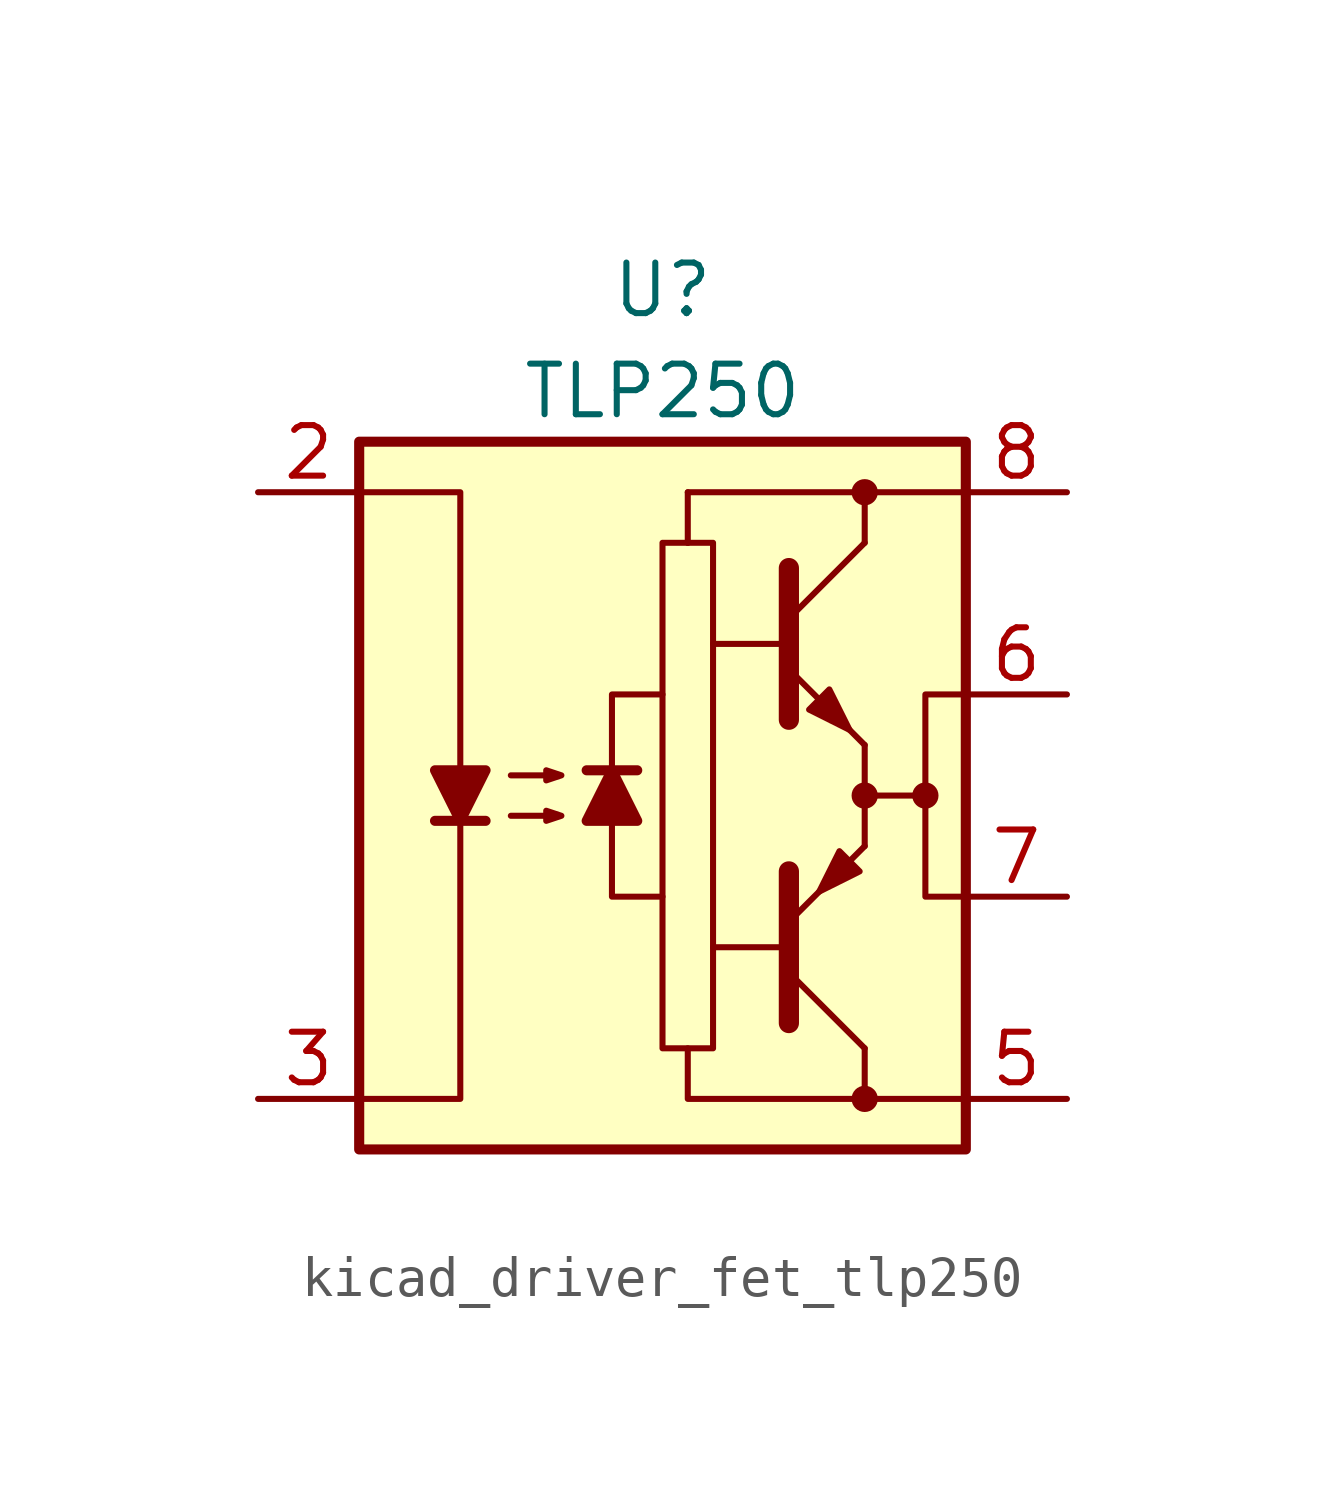
<source format=kicad_sym>
(kicad_symbol_lib
  (version 20220914)
  (generator kicad_symbol_editor)
  (symbol "kicad_driver_fet_tlp250"
    (pin_names hide)
    (property "Reference" "U"
      (at 0 12.7 0)
      (effects (font (size 1.27 1.27))))
    (property "Value" "TLP250"
      (at 0 10.16 0)
      (effects (font (size 1.27 1.27))))
    (symbol "kicad_driver_fet_tlp250_0_1"
      (rectangle (start -7.62 8.89) (end 7.62 -8.89) (stroke (width 0.254) (type default)) (fill (type background)))
      (polyline (pts (xy -5.715 -0.635) (xy -4.445 -0.635)) (stroke (width 0.254) (type default)) (fill (type none)))
      (polyline (pts (xy -0.635 0.635) (xy -1.905 0.635)) (stroke (width 0.254) (type default)) (fill (type none)))
      (polyline (pts (xy 3.048 -3.81) (xy 1.27 -3.81)) (stroke (width 0) (type default)) (fill (type none)))
      (polyline (pts (xy 3.048 3.81) (xy 1.27 3.81)) (stroke (width 0) (type default)) (fill (type none)))
      (polyline (pts (xy 3.175 -4.445) (xy 5.08 -6.35)) (stroke (width 0) (type default)) (fill (type none)))
      (polyline (pts (xy 3.175 4.445) (xy 5.08 6.35)) (stroke (width 0) (type default)) (fill (type none)))
      (polyline (pts (xy 5.08 -6.35) (xy 5.08 -7.62)) (stroke (width 0) (type default)) (fill (type none)))
      (polyline (pts (xy 5.08 -1.27) (xy 3.175 -3.175)) (stroke (width 0) (type default)) (fill (type outline)))
      (polyline (pts (xy 5.08 0) (xy 6.604 0)) (stroke (width 0) (type default)) (fill (type none)))
      (polyline (pts (xy 5.08 1.27) (xy 3.175 3.175)) (stroke (width 0) (type default)) (fill (type outline)))
      (polyline (pts (xy 5.08 6.35) (xy 5.08 7.62)) (stroke (width 0) (type default)) (fill (type none)))
      (polyline (pts (xy 7.62 7.62) (xy 0.635 7.62)) (stroke (width 0) (type default)) (fill (type none)))
      (polyline (pts (xy -1.27 -0.635) (xy -1.27 -2.54) (xy 0 -2.54)) (stroke (width 0) (type default)) (fill (type none)))
      (polyline (pts (xy -1.27 0.635) (xy -1.27 2.54) (xy 0 2.54)) (stroke (width 0) (type default)) (fill (type none)))
      (polyline (pts (xy 0.635 -6.35) (xy 0.635 -7.62) (xy 7.62 -7.62)) (stroke (width 0) (type default)) (fill (type none)))
      (polyline (pts (xy 3.175 -5.715) (xy 3.175 -1.905) (xy 3.175 -1.905)) (stroke (width 0.508) (type default)) (fill (type none)))
      (polyline (pts (xy 3.175 5.715) (xy 3.175 1.905) (xy 3.175 1.905)) (stroke (width 0.508) (type default)) (fill (type none)))
      (polyline (pts (xy -7.62 7.62) (xy -5.08 7.62) (xy -5.08 -7.62) (xy -7.62 -7.62)) (stroke (width 0) (type default)) (fill (type none)))
      (polyline (pts (xy -5.08 -0.635) (xy -5.715 0.635) (xy -4.445 0.635) (xy -5.08 -0.635)) (stroke (width 0.254) (type default)) (fill (type outline)))
      (polyline (pts (xy -1.27 0.635) (xy -0.635 -0.635) (xy -1.905 -0.635) (xy -1.27 0.635)) (stroke (width 0.254) (type default)) (fill (type outline)))
      (polyline (pts (xy 7.62 2.54) (xy 6.604 2.54) (xy 6.604 -2.54) (xy 7.62 -2.54)) (stroke (width 0) (type default)) (fill (type none)))
      (polyline (pts (xy -3.81 -0.508) (xy -2.54 -0.508) (xy -2.921 -0.635) (xy -2.921 -0.381) (xy -2.54 -0.508)) (stroke (width 0) (type default)) (fill (type none)))
      (polyline (pts (xy -3.81 0.508) (xy -2.54 0.508) (xy -2.921 0.381) (xy -2.921 0.635) (xy -2.54 0.508)) (stroke (width 0) (type default)) (fill (type none)))
      (polyline (pts (xy 1.27 6.35) (xy 1.27 -6.35) (xy 0 -6.35) (xy 0 6.35) (xy 1.27 6.35)) (stroke (width 0) (type default)) (fill (type none)))
      (polyline (pts (xy 3.683 2.159) (xy 4.191 2.667) (xy 4.699 1.651) (xy 3.683 2.159) (xy 3.683 2.159)) (stroke (width 0) (type default)) (fill (type outline)))
      (polyline (pts (xy 4.953 -1.905) (xy 4.445 -1.397) (xy 3.937 -2.413) (xy 4.953 -1.905) (xy 4.953 -1.905)) (stroke (width 0) (type default)) (fill (type outline)))
      (rectangle (start 0.635 6.35) (end 0.635 6.35) (stroke (width 0) (type default)) (fill (type none)))
      (rectangle (start 0.635 6.35) (end 0.635 7.62) (stroke (width 0) (type default)) (fill (type none)))
      (circle (center 5.08 -7.62) (radius 0.254) (stroke (width 0) (type default)) (fill (type outline)))
      (circle (center 5.08 0) (radius 0.254) (stroke (width 0) (type default)) (fill (type outline)))
      (rectangle (start 5.08 1.27) (end 5.08 -1.27) (stroke (width 0) (type default)) (fill (type none)))
      (circle (center 5.08 7.62) (radius 0.254) (stroke (width 0) (type default)) (fill (type outline)))
      (circle (center 6.604 0) (radius 0.254) (stroke (width 0) (type default)) (fill (type outline))))
    (symbol "kicad_driver_fet_tlp250_1_1"
      (pin no_connect line (at -7.62 2.54 0) (length 2.54) hide (name "NC" (effects (font (size 1.27 1.27)))) (number "1" (effects (font (size 1.27 1.27)))))
      (pin passive line (at -10.16 7.62 0) (length 2.54) (name "A" (effects (font (size 1.27 1.27)))) (number "2" (effects (font (size 1.27 1.27)))))
      (pin passive line (at -10.16 -7.62 0) (length 2.54) (name "C" (effects (font (size 1.27 1.27)))) (number "3" (effects (font (size 1.27 1.27)))))
      (pin no_connect line (at -7.62 -2.54 0) (length 2.54) hide (name "NC" (effects (font (size 1.27 1.27)))) (number "4" (effects (font (size 1.27 1.27)))))
      (pin power_in line (at 10.16 -7.62 180) (length 2.54) (name "VEE" (effects (font (size 1.27 1.27)))) (number "5" (effects (font (size 1.27 1.27)))))
      (pin output line (at 10.16 2.54 180) (length 2.54) (name "VO" (effects (font (size 1.27 1.27)))) (number "6" (effects (font (size 1.27 1.27)))))
      (pin output line (at 10.16 -2.54 180) (length 2.54) (name "VO" (effects (font (size 1.27 1.27)))) (number "7" (effects (font (size 1.27 1.27)))))
      (pin power_in line (at 10.16 7.62 180) (length 2.54) (name "VCC" (effects (font (size 1.27 1.27)))) (number "8" (effects (font (size 1.27 1.27))))))))
</source>
